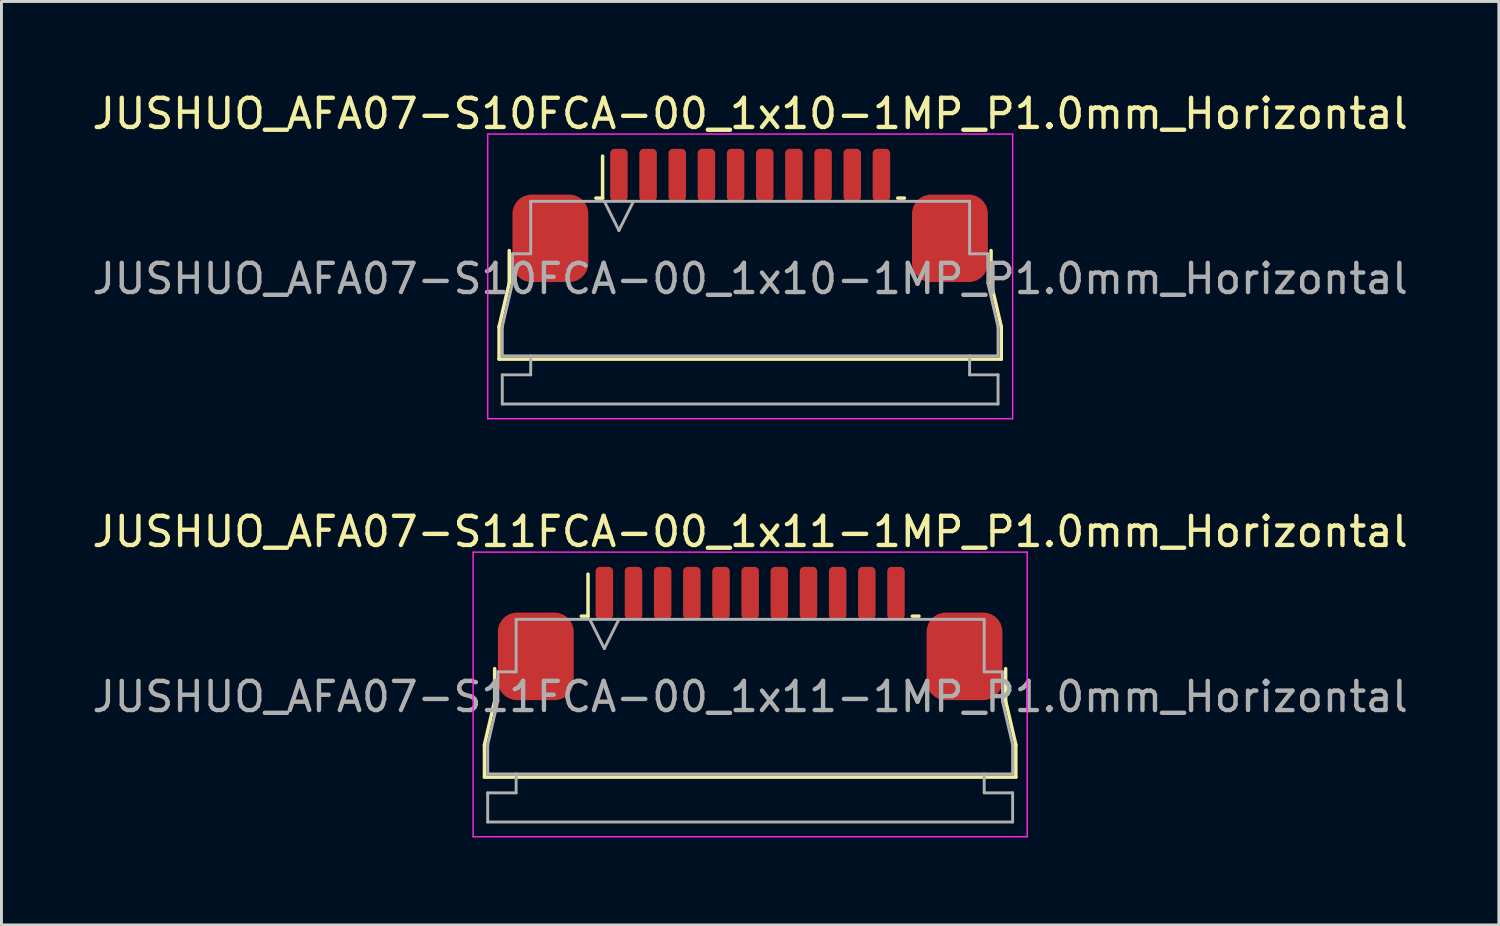
<source format=kicad_pcb>
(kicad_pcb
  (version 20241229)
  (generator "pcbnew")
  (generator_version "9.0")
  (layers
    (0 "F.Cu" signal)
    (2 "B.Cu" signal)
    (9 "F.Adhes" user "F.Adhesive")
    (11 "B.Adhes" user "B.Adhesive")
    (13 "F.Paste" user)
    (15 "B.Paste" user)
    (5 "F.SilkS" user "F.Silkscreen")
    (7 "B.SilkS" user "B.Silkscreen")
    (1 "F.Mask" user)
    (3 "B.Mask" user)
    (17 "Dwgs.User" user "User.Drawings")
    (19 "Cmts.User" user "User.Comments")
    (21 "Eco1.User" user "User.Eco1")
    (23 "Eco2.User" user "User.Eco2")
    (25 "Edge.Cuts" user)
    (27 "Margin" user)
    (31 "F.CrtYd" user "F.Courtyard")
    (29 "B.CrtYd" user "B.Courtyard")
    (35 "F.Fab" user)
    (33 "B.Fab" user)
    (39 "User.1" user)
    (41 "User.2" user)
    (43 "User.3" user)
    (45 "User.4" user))
  (footprint "JUSHUO_AFA07-S10FCA-00_1x10-1MP_P1.0mm_Horizontal"
    (layer "F.Cu")
    (at 22.673 6.328)
    (property "Reference" "JUSHUO_AFA07-S10FCA-00_1x10-1MP_P1.0mm_Horizontal" (at 0 -5.48 0) (layer "F.SilkS") (effects (font (size 1 1) (thickness 0.15))))
    (attr smd)
    (fp_line (start -8.61 1.825) (end -8.26 0.325) (stroke (width 0.12) (type solid)) (layer "F.SilkS"))
    (fp_line (start -8.61 2.935) (end -8.61 1.825) (stroke (width 0.12) (type solid)) (layer "F.SilkS"))
    (fp_line (start -8.26 0.325) (end -8.26 -0.785) (stroke (width 0.12) (type solid)) (layer "F.SilkS"))
    (fp_line (start -5.29 -2.585) (end -5.06 -2.585) (stroke (width 0.12) (type solid)) (layer "F.SilkS"))
    (fp_line (start -5.06 -2.585) (end -5.06 -4.025) (stroke (width 0.12) (type solid)) (layer "F.SilkS"))
    (fp_line (start 5.06 -2.585) (end 5.29 -2.585) (stroke (width 0.12) (type solid)) (layer "F.SilkS"))
    (fp_line (start 8.26 -0.785) (end 8.26 0.325) (stroke (width 0.12) (type solid)) (layer "F.SilkS"))
    (fp_line (start 8.26 0.325) (end 8.61 1.825) (stroke (width 0.12) (type solid)) (layer "F.SilkS"))
    (fp_line (start 8.61 1.825) (end 8.61 2.935) (stroke (width 0.12) (type solid)) (layer "F.SilkS"))
    (fp_line (start 8.61 2.935) (end -8.61 2.935) (stroke (width 0.12) (type solid)) (layer "F.SilkS"))
    (fp_line (start -9 -4.78) (end -9 4.98) (stroke (width 0.05) (type solid)) (layer "F.CrtYd"))
    (fp_line (start -9 4.98) (end 9 4.98) (stroke (width 0.05) (type solid)) (layer "F.CrtYd"))
    (fp_line (start 9 -4.78) (end -9 -4.78) (stroke (width 0.05) (type solid)) (layer "F.CrtYd"))
    (fp_line (start 9 4.98) (end 9 -4.78) (stroke (width 0.05) (type solid)) (layer "F.CrtYd"))
    (fp_line (start -8.5 1.825) (end -8.5 1.825) (stroke (width 0.1) (type solid)) (layer "F.Fab"))
    (fp_line (start -8.5 1.825) (end -8.15 0.325) (stroke (width 0.1) (type solid)) (layer "F.Fab"))
    (fp_line (start -8.5 2.825) (end -8.5 1.825) (stroke (width 0.1) (type solid)) (layer "F.Fab"))
    (fp_line (start -8.5 3.475) (end -7.525 3.475) (stroke (width 0.1) (type solid)) (layer "F.Fab"))
    (fp_line (start -8.5 4.475) (end -8.5 3.475) (stroke (width 0.1) (type solid)) (layer "F.Fab"))
    (fp_line (start -8.15 -0.675) (end -7.525 -0.675) (stroke (width 0.1) (type solid)) (layer "F.Fab"))
    (fp_line (start -8.15 0.325) (end -8.15 -0.675) (stroke (width 0.1) (type solid)) (layer "F.Fab"))
    (fp_line (start -7.525 -2.475) (end -7.525 -2.475) (stroke (width 0.1) (type solid)) (layer "F.Fab"))
    (fp_line (start -7.525 -2.475) (end 7.525 -2.475) (stroke (width 0.1) (type solid)) (layer "F.Fab"))
    (fp_line (start -7.525 -0.675) (end -7.525 -2.475) (stroke (width 0.1) (type solid)) (layer "F.Fab"))
    (fp_line (start -7.525 3.475) (end -7.525 2.825) (stroke (width 0.1) (type solid)) (layer "F.Fab"))
    (fp_line (start -5 -2.475) (end -4.5 -1.475) (stroke (width 0.1) (type solid)) (layer "F.Fab"))
    (fp_line (start -4.5 -1.475) (end -4 -2.475) (stroke (width 0.1) (type solid)) (layer "F.Fab"))
    (fp_line (start 7.525 -2.475) (end 7.525 -0.675) (stroke (width 0.1) (type solid)) (layer "F.Fab"))
    (fp_line (start 7.525 -0.675) (end 8.15 -0.675) (stroke (width 0.1) (type solid)) (layer "F.Fab"))
    (fp_line (start 7.525 2.825) (end 7.525 3.475) (stroke (width 0.1) (type solid)) (layer "F.Fab"))
    (fp_line (start 7.525 3.475) (end 8.5 3.475) (stroke (width 0.1) (type solid)) (layer "F.Fab"))
    (fp_line (start 8.15 -0.675) (end 8.15 0.325) (stroke (width 0.1) (type solid)) (layer "F.Fab"))
    (fp_line (start 8.15 0.325) (end 8.5 1.825) (stroke (width 0.1) (type solid)) (layer "F.Fab"))
    (fp_line (start 8.5 1.825) (end 8.5 2.825) (stroke (width 0.1) (type solid)) (layer "F.Fab"))
    (fp_line (start 8.5 2.825) (end -8.5 2.825) (stroke (width 0.1) (type solid)) (layer "F.Fab"))
    (fp_line (start 8.5 3.475) (end 8.5 4.475) (stroke (width 0.1) (type solid)) (layer "F.Fab"))
    (fp_line (start 8.5 4.475) (end -8.5 4.475) (stroke (width 0.1) (type solid)) (layer "F.Fab"))
    (fp_text user "${REFERENCE}" (at 0 0.18 0) (layer "F.Fab") (effects (font (size 1 1) (thickness 0.15))))
    (pad "1" smd roundrect (at -4.5 -3.375) (size 0.6 1.8) (layers "F.Cu" "F.Mask" "F.Paste") (roundrect_rratio 0.25))
    (pad "2" smd roundrect (at -3.5 -3.375) (size 0.6 1.8) (layers "F.Cu" "F.Mask" "F.Paste") (roundrect_rratio 0.25))
    (pad "3" smd roundrect (at -2.5 -3.375) (size 0.6 1.8) (layers "F.Cu" "F.Mask" "F.Paste") (roundrect_rratio 0.25))
    (pad "4" smd roundrect (at -1.5 -3.375) (size 0.6 1.8) (layers "F.Cu" "F.Mask" "F.Paste") (roundrect_rratio 0.25))
    (pad "5" smd roundrect (at -0.5 -3.375) (size 0.6 1.8) (layers "F.Cu" "F.Mask" "F.Paste") (roundrect_rratio 0.25))
    (pad "6" smd roundrect (at 0.5 -3.375) (size 0.6 1.8) (layers "F.Cu" "F.Mask" "F.Paste") (roundrect_rratio 0.25))
    (pad "7" smd roundrect (at 1.5 -3.375) (size 0.6 1.8) (layers "F.Cu" "F.Mask" "F.Paste") (roundrect_rratio 0.25))
    (pad "8" smd roundrect (at 2.5 -3.375) (size 0.6 1.8) (layers "F.Cu" "F.Mask" "F.Paste") (roundrect_rratio 0.25))
    (pad "9" smd roundrect (at 3.5 -3.375) (size 0.6 1.8) (layers "F.Cu" "F.Mask" "F.Paste") (roundrect_rratio 0.25))
    (pad "10" smd roundrect (at 4.5 -3.375) (size 0.6 1.8) (layers "F.Cu" "F.Mask" "F.Paste") (roundrect_rratio 0.25))
    (pad "MP" smd roundrect (at -6.85 -1.205) (size 2.6 3) (layers "F.Cu" "F.Mask" "F.Paste") (roundrect_rratio 0.25))
    (pad "MP" smd roundrect (at 6.85 -1.205) (size 2.6 3) (layers "F.Cu" "F.Mask" "F.Paste") (roundrect_rratio 0.25)))
  (footprint "JUSHUO_AFA07-S11FCA-00_1x11-1MP_P1.0mm_Horizontal"
    (layer "F.Cu")
    (at 22.673 20.662)
    (property "Reference" "JUSHUO_AFA07-S11FCA-00_1x11-1MP_P1.0mm_Horizontal" (at 0 -5.48 0) (layer "F.SilkS") (effects (font (size 1 1) (thickness 0.15))))
    (attr smd)
    (fp_line (start -9.11 1.825) (end -8.76 0.325) (stroke (width 0.12) (type solid)) (layer "F.SilkS"))
    (fp_line (start -9.11 2.935) (end -9.11 1.825) (stroke (width 0.12) (type solid)) (layer "F.SilkS"))
    (fp_line (start -8.76 0.325) (end -8.76 -0.785) (stroke (width 0.12) (type solid)) (layer "F.SilkS"))
    (fp_line (start -5.79 -2.585) (end -5.56 -2.585) (stroke (width 0.12) (type solid)) (layer "F.SilkS"))
    (fp_line (start -5.56 -2.585) (end -5.56 -4.025) (stroke (width 0.12) (type solid)) (layer "F.SilkS"))
    (fp_line (start 5.56 -2.585) (end 5.79 -2.585) (stroke (width 0.12) (type solid)) (layer "F.SilkS"))
    (fp_line (start 8.76 -0.785) (end 8.76 0.325) (stroke (width 0.12) (type solid)) (layer "F.SilkS"))
    (fp_line (start 8.76 0.325) (end 9.11 1.825) (stroke (width 0.12) (type solid)) (layer "F.SilkS"))
    (fp_line (start 9.11 1.825) (end 9.11 2.935) (stroke (width 0.12) (type solid)) (layer "F.SilkS"))
    (fp_line (start 9.11 2.935) (end -9.11 2.935) (stroke (width 0.12) (type solid)) (layer "F.SilkS"))
    (fp_line (start -9.5 -4.78) (end -9.5 4.98) (stroke (width 0.05) (type solid)) (layer "F.CrtYd"))
    (fp_line (start -9.5 4.98) (end 9.5 4.98) (stroke (width 0.05) (type solid)) (layer "F.CrtYd"))
    (fp_line (start 9.5 -4.78) (end -9.5 -4.78) (stroke (width 0.05) (type solid)) (layer "F.CrtYd"))
    (fp_line (start 9.5 4.98) (end 9.5 -4.78) (stroke (width 0.05) (type solid)) (layer "F.CrtYd"))
    (fp_line (start -9 1.825) (end -9 1.825) (stroke (width 0.1) (type solid)) (layer "F.Fab"))
    (fp_line (start -9 1.825) (end -8.65 0.325) (stroke (width 0.1) (type solid)) (layer "F.Fab"))
    (fp_line (start -9 2.825) (end -9 1.825) (stroke (width 0.1) (type solid)) (layer "F.Fab"))
    (fp_line (start -9 3.475) (end -8.025 3.475) (stroke (width 0.1) (type solid)) (layer "F.Fab"))
    (fp_line (start -9 4.475) (end -9 3.475) (stroke (width 0.1) (type solid)) (layer "F.Fab"))
    (fp_line (start -8.65 -0.675) (end -8.025 -0.675) (stroke (width 0.1) (type solid)) (layer "F.Fab"))
    (fp_line (start -8.65 0.325) (end -8.65 -0.675) (stroke (width 0.1) (type solid)) (layer "F.Fab"))
    (fp_line (start -8.025 -2.475) (end -8.025 -2.475) (stroke (width 0.1) (type solid)) (layer "F.Fab"))
    (fp_line (start -8.025 -2.475) (end 8.025 -2.475) (stroke (width 0.1) (type solid)) (layer "F.Fab"))
    (fp_line (start -8.025 -0.675) (end -8.025 -2.475) (stroke (width 0.1) (type solid)) (layer "F.Fab"))
    (fp_line (start -8.025 3.475) (end -8.025 2.825) (stroke (width 0.1) (type solid)) (layer "F.Fab"))
    (fp_line (start -5.5 -2.475) (end -5 -1.475) (stroke (width 0.1) (type solid)) (layer "F.Fab"))
    (fp_line (start -5 -1.475) (end -4.5 -2.475) (stroke (width 0.1) (type solid)) (layer "F.Fab"))
    (fp_line (start 8.025 -2.475) (end 8.025 -0.675) (stroke (width 0.1) (type solid)) (layer "F.Fab"))
    (fp_line (start 8.025 -0.675) (end 8.65 -0.675) (stroke (width 0.1) (type solid)) (layer "F.Fab"))
    (fp_line (start 8.025 2.825) (end 8.025 3.475) (stroke (width 0.1) (type solid)) (layer "F.Fab"))
    (fp_line (start 8.025 3.475) (end 9 3.475) (stroke (width 0.1) (type solid)) (layer "F.Fab"))
    (fp_line (start 8.65 -0.675) (end 8.65 0.325) (stroke (width 0.1) (type solid)) (layer "F.Fab"))
    (fp_line (start 8.65 0.325) (end 9 1.825) (stroke (width 0.1) (type solid)) (layer "F.Fab"))
    (fp_line (start 9 1.825) (end 9 2.825) (stroke (width 0.1) (type solid)) (layer "F.Fab"))
    (fp_line (start 9 2.825) (end -9 2.825) (stroke (width 0.1) (type solid)) (layer "F.Fab"))
    (fp_line (start 9 3.475) (end 9 4.475) (stroke (width 0.1) (type solid)) (layer "F.Fab"))
    (fp_line (start 9 4.475) (end -9 4.475) (stroke (width 0.1) (type solid)) (layer "F.Fab"))
    (fp_text user "${REFERENCE}" (at 0 0.18 0) (layer "F.Fab") (effects (font (size 1 1) (thickness 0.15))))
    (pad "1" smd roundrect (at -5 -3.375) (size 0.6 1.8) (layers "F.Cu" "F.Mask" "F.Paste") (roundrect_rratio 0.25))
    (pad "2" smd roundrect (at -4 -3.375) (size 0.6 1.8) (layers "F.Cu" "F.Mask" "F.Paste") (roundrect_rratio 0.25))
    (pad "3" smd roundrect (at -3 -3.375) (size 0.6 1.8) (layers "F.Cu" "F.Mask" "F.Paste") (roundrect_rratio 0.25))
    (pad "4" smd roundrect (at -2 -3.375) (size 0.6 1.8) (layers "F.Cu" "F.Mask" "F.Paste") (roundrect_rratio 0.25))
    (pad "5" smd roundrect (at -1 -3.375) (size 0.6 1.8) (layers "F.Cu" "F.Mask" "F.Paste") (roundrect_rratio 0.25))
    (pad "6" smd roundrect (at 0 -3.375) (size 0.6 1.8) (layers "F.Cu" "F.Mask" "F.Paste") (roundrect_rratio 0.25))
    (pad "7" smd roundrect (at 1 -3.375) (size 0.6 1.8) (layers "F.Cu" "F.Mask" "F.Paste") (roundrect_rratio 0.25))
    (pad "8" smd roundrect (at 2 -3.375) (size 0.6 1.8) (layers "F.Cu" "F.Mask" "F.Paste") (roundrect_rratio 0.25))
    (pad "9" smd roundrect (at 3 -3.375) (size 0.6 1.8) (layers "F.Cu" "F.Mask" "F.Paste") (roundrect_rratio 0.25))
    (pad "10" smd roundrect (at 4 -3.375) (size 0.6 1.8) (layers "F.Cu" "F.Mask" "F.Paste") (roundrect_rratio 0.25))
    (pad "11" smd roundrect (at 5 -3.375) (size 0.6 1.8) (layers "F.Cu" "F.Mask" "F.Paste") (roundrect_rratio 0.25))
    (pad "MP" smd roundrect (at -7.35 -1.205) (size 2.6 3) (layers "F.Cu" "F.Mask" "F.Paste") (roundrect_rratio 0.25))
    (pad "MP" smd roundrect (at 7.35 -1.205) (size 2.6 3) (layers "F.Cu" "F.Mask" "F.Paste") (roundrect_rratio 0.25)))
  (gr_rect
    (start -3 -3)
    (end 48.345 28.666)
    (stroke (width 0.1) (type default))
    (fill no)
    (layer "Edge.Cuts")))
</source>
